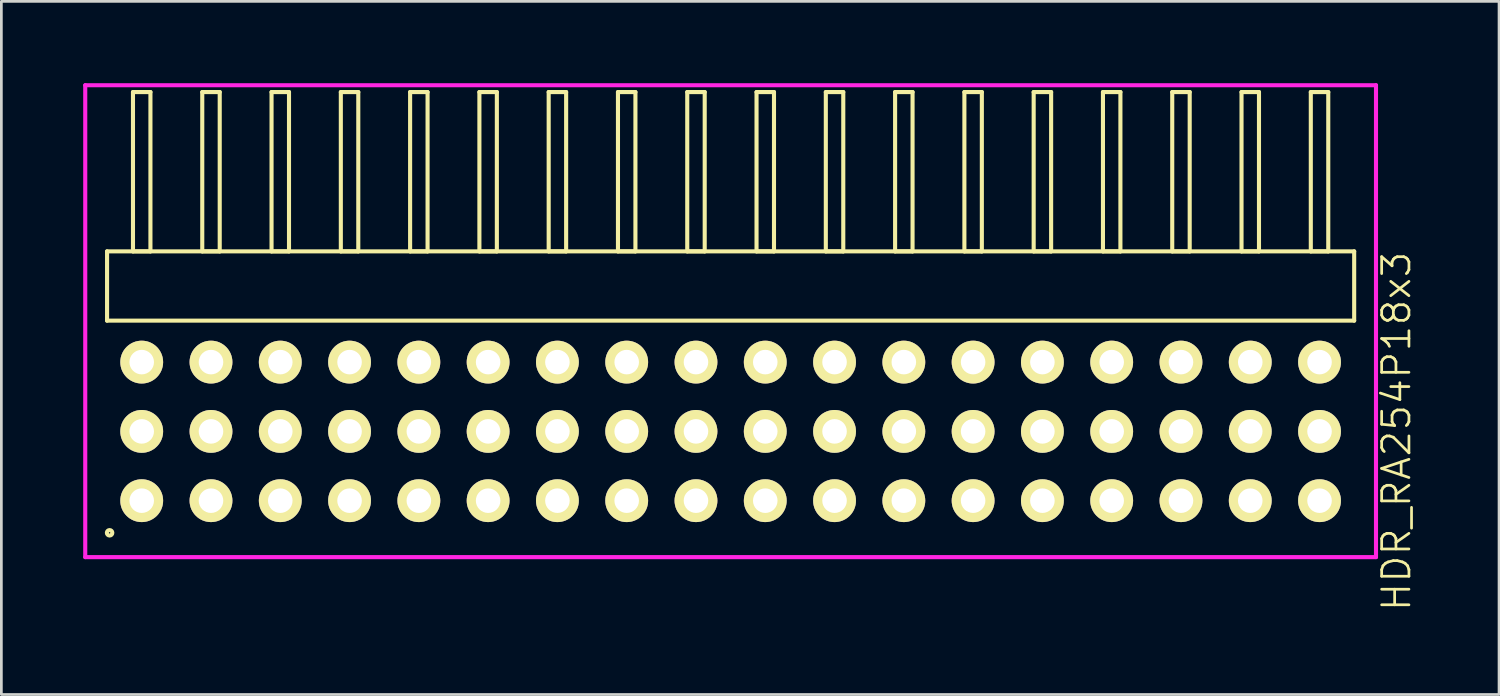
<source format=kicad_pcb>
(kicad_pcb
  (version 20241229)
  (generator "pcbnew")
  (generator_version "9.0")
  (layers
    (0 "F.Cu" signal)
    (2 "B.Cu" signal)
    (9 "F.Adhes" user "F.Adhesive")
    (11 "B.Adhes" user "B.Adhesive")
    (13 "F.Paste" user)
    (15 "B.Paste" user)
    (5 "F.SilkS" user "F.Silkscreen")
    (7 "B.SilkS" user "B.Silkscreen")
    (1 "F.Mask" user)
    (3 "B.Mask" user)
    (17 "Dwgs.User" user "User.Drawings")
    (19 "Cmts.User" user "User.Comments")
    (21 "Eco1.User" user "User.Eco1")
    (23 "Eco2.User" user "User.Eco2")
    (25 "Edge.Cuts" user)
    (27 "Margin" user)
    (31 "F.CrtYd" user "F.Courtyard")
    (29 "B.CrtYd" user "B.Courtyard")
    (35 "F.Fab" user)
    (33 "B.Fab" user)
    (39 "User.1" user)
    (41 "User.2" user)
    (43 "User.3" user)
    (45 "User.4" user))
  (footprint "HDR_RA254P18x3"
    (layer "F.Cu")
    (at 23.735 12.765)
    (property "Reference" "HDR_RA254P18x3" (at 24.41 0 90) (layer "F.SilkS") (effects (font (size 1 1) (thickness 0.1))))
    (attr through_hole)
    (fp_line (start -22.86 -6.6) (end -22.86 -4.06) (stroke (width 0.15) (type solid)) (layer "F.SilkS"))
    (fp_line (start -22.86 -4.06) (end 22.86 -4.06) (stroke (width 0.15) (type solid)) (layer "F.SilkS"))
    (fp_line (start -21.91 -12.44) (end -21.91 -6.6) (stroke (width 0.15) (type solid)) (layer "F.SilkS"))
    (fp_line (start -21.91 -6.6) (end -21.27 -6.6) (stroke (width 0.15) (type solid)) (layer "F.SilkS"))
    (fp_line (start -21.27 -12.44) (end -21.91 -12.44) (stroke (width 0.15) (type solid)) (layer "F.SilkS"))
    (fp_line (start -21.27 -6.6) (end -21.27 -12.44) (stroke (width 0.15) (type solid)) (layer "F.SilkS"))
    (fp_line (start -19.37 -12.44) (end -19.37 -6.6) (stroke (width 0.15) (type solid)) (layer "F.SilkS"))
    (fp_line (start -19.37 -6.6) (end -18.73 -6.6) (stroke (width 0.15) (type solid)) (layer "F.SilkS"))
    (fp_line (start -18.73 -12.44) (end -19.37 -12.44) (stroke (width 0.15) (type solid)) (layer "F.SilkS"))
    (fp_line (start -18.73 -6.6) (end -18.73 -12.44) (stroke (width 0.15) (type solid)) (layer "F.SilkS"))
    (fp_line (start -16.83 -12.44) (end -16.83 -6.6) (stroke (width 0.15) (type solid)) (layer "F.SilkS"))
    (fp_line (start -16.83 -6.6) (end -16.19 -6.6) (stroke (width 0.15) (type solid)) (layer "F.SilkS"))
    (fp_line (start -16.19 -12.44) (end -16.83 -12.44) (stroke (width 0.15) (type solid)) (layer "F.SilkS"))
    (fp_line (start -16.19 -6.6) (end -16.19 -12.44) (stroke (width 0.15) (type solid)) (layer "F.SilkS"))
    (fp_line (start -14.29 -12.44) (end -14.29 -6.6) (stroke (width 0.15) (type solid)) (layer "F.SilkS"))
    (fp_line (start -14.29 -6.6) (end -13.65 -6.6) (stroke (width 0.15) (type solid)) (layer "F.SilkS"))
    (fp_line (start -13.65 -12.44) (end -14.29 -12.44) (stroke (width 0.15) (type solid)) (layer "F.SilkS"))
    (fp_line (start -13.65 -6.6) (end -13.65 -12.44) (stroke (width 0.15) (type solid)) (layer "F.SilkS"))
    (fp_line (start -11.75 -12.44) (end -11.75 -6.6) (stroke (width 0.15) (type solid)) (layer "F.SilkS"))
    (fp_line (start -11.75 -6.6) (end -11.11 -6.6) (stroke (width 0.15) (type solid)) (layer "F.SilkS"))
    (fp_line (start -11.11 -12.44) (end -11.75 -12.44) (stroke (width 0.15) (type solid)) (layer "F.SilkS"))
    (fp_line (start -11.11 -6.6) (end -11.11 -12.44) (stroke (width 0.15) (type solid)) (layer "F.SilkS"))
    (fp_line (start -9.21 -12.44) (end -9.21 -6.6) (stroke (width 0.15) (type solid)) (layer "F.SilkS"))
    (fp_line (start -9.21 -6.6) (end -8.57 -6.6) (stroke (width 0.15) (type solid)) (layer "F.SilkS"))
    (fp_line (start -8.57 -12.44) (end -9.21 -12.44) (stroke (width 0.15) (type solid)) (layer "F.SilkS"))
    (fp_line (start -8.57 -6.6) (end -8.57 -12.44) (stroke (width 0.15) (type solid)) (layer "F.SilkS"))
    (fp_line (start -6.67 -12.44) (end -6.67 -6.6) (stroke (width 0.15) (type solid)) (layer "F.SilkS"))
    (fp_line (start -6.67 -6.6) (end -6.03 -6.6) (stroke (width 0.15) (type solid)) (layer "F.SilkS"))
    (fp_line (start -6.03 -12.44) (end -6.67 -12.44) (stroke (width 0.15) (type solid)) (layer "F.SilkS"))
    (fp_line (start -6.03 -6.6) (end -6.03 -12.44) (stroke (width 0.15) (type solid)) (layer "F.SilkS"))
    (fp_line (start -4.13 -12.44) (end -4.13 -6.6) (stroke (width 0.15) (type solid)) (layer "F.SilkS"))
    (fp_line (start -4.13 -6.6) (end -3.49 -6.6) (stroke (width 0.15) (type solid)) (layer "F.SilkS"))
    (fp_line (start -3.49 -12.44) (end -4.13 -12.44) (stroke (width 0.15) (type solid)) (layer "F.SilkS"))
    (fp_line (start -3.49 -6.6) (end -3.49 -12.44) (stroke (width 0.15) (type solid)) (layer "F.SilkS"))
    (fp_line (start -1.59 -12.44) (end -1.59 -6.6) (stroke (width 0.15) (type solid)) (layer "F.SilkS"))
    (fp_line (start -1.59 -6.6) (end -0.95 -6.6) (stroke (width 0.15) (type solid)) (layer "F.SilkS"))
    (fp_line (start -0.95 -12.44) (end -1.59 -12.44) (stroke (width 0.15) (type solid)) (layer "F.SilkS"))
    (fp_line (start -0.95 -6.6) (end -0.95 -12.44) (stroke (width 0.15) (type solid)) (layer "F.SilkS"))
    (fp_line (start 0.95 -12.44) (end 0.95 -6.6) (stroke (width 0.15) (type solid)) (layer "F.SilkS"))
    (fp_line (start 0.95 -6.6) (end 1.59 -6.6) (stroke (width 0.15) (type solid)) (layer "F.SilkS"))
    (fp_line (start 1.59 -12.44) (end 0.95 -12.44) (stroke (width 0.15) (type solid)) (layer "F.SilkS"))
    (fp_line (start 1.59 -6.6) (end 1.59 -12.44) (stroke (width 0.15) (type solid)) (layer "F.SilkS"))
    (fp_line (start 3.49 -12.44) (end 3.49 -6.6) (stroke (width 0.15) (type solid)) (layer "F.SilkS"))
    (fp_line (start 3.49 -6.6) (end 4.13 -6.6) (stroke (width 0.15) (type solid)) (layer "F.SilkS"))
    (fp_line (start 4.13 -12.44) (end 3.49 -12.44) (stroke (width 0.15) (type solid)) (layer "F.SilkS"))
    (fp_line (start 4.13 -6.6) (end 4.13 -12.44) (stroke (width 0.15) (type solid)) (layer "F.SilkS"))
    (fp_line (start 6.03 -12.44) (end 6.03 -6.6) (stroke (width 0.15) (type solid)) (layer "F.SilkS"))
    (fp_line (start 6.03 -6.6) (end 6.67 -6.6) (stroke (width 0.15) (type solid)) (layer "F.SilkS"))
    (fp_line (start 6.67 -12.44) (end 6.03 -12.44) (stroke (width 0.15) (type solid)) (layer "F.SilkS"))
    (fp_line (start 6.67 -6.6) (end 6.67 -12.44) (stroke (width 0.15) (type solid)) (layer "F.SilkS"))
    (fp_line (start 8.57 -12.44) (end 8.57 -6.6) (stroke (width 0.15) (type solid)) (layer "F.SilkS"))
    (fp_line (start 8.57 -6.6) (end 9.21 -6.6) (stroke (width 0.15) (type solid)) (layer "F.SilkS"))
    (fp_line (start 9.21 -12.44) (end 8.57 -12.44) (stroke (width 0.15) (type solid)) (layer "F.SilkS"))
    (fp_line (start 9.21 -6.6) (end 9.21 -12.44) (stroke (width 0.15) (type solid)) (layer "F.SilkS"))
    (fp_line (start 11.11 -12.44) (end 11.11 -6.6) (stroke (width 0.15) (type solid)) (layer "F.SilkS"))
    (fp_line (start 11.11 -6.6) (end 11.75 -6.6) (stroke (width 0.15) (type solid)) (layer "F.SilkS"))
    (fp_line (start 11.75 -12.44) (end 11.11 -12.44) (stroke (width 0.15) (type solid)) (layer "F.SilkS"))
    (fp_line (start 11.75 -6.6) (end 11.75 -12.44) (stroke (width 0.15) (type solid)) (layer "F.SilkS"))
    (fp_line (start 13.65 -12.44) (end 13.65 -6.6) (stroke (width 0.15) (type solid)) (layer "F.SilkS"))
    (fp_line (start 13.65 -6.6) (end 14.29 -6.6) (stroke (width 0.15) (type solid)) (layer "F.SilkS"))
    (fp_line (start 14.29 -12.44) (end 13.65 -12.44) (stroke (width 0.15) (type solid)) (layer "F.SilkS"))
    (fp_line (start 14.29 -6.6) (end 14.29 -12.44) (stroke (width 0.15) (type solid)) (layer "F.SilkS"))
    (fp_line (start 16.19 -12.44) (end 16.19 -6.6) (stroke (width 0.15) (type solid)) (layer "F.SilkS"))
    (fp_line (start 16.19 -6.6) (end 16.83 -6.6) (stroke (width 0.15) (type solid)) (layer "F.SilkS"))
    (fp_line (start 16.83 -12.44) (end 16.19 -12.44) (stroke (width 0.15) (type solid)) (layer "F.SilkS"))
    (fp_line (start 16.83 -6.6) (end 16.83 -12.44) (stroke (width 0.15) (type solid)) (layer "F.SilkS"))
    (fp_line (start 18.73 -12.44) (end 18.73 -6.6) (stroke (width 0.15) (type solid)) (layer "F.SilkS"))
    (fp_line (start 18.73 -6.6) (end 19.37 -6.6) (stroke (width 0.15) (type solid)) (layer "F.SilkS"))
    (fp_line (start 19.37 -12.44) (end 18.73 -12.44) (stroke (width 0.15) (type solid)) (layer "F.SilkS"))
    (fp_line (start 19.37 -6.6) (end 19.37 -12.44) (stroke (width 0.15) (type solid)) (layer "F.SilkS"))
    (fp_line (start 21.27 -12.44) (end 21.27 -6.6) (stroke (width 0.15) (type solid)) (layer "F.SilkS"))
    (fp_line (start 21.27 -6.6) (end 21.91 -6.6) (stroke (width 0.15) (type solid)) (layer "F.SilkS"))
    (fp_line (start 21.91 -12.44) (end 21.27 -12.44) (stroke (width 0.15) (type solid)) (layer "F.SilkS"))
    (fp_line (start 21.91 -6.6) (end 21.91 -12.44) (stroke (width 0.15) (type solid)) (layer "F.SilkS"))
    (fp_line (start 22.86 -6.6) (end -22.86 -6.6) (stroke (width 0.15) (type solid)) (layer "F.SilkS"))
    (fp_line (start 22.86 -4.06) (end 22.86 -6.6) (stroke (width 0.15) (type solid)) (layer "F.SilkS"))
    (fp_circle (center -22.767 3.718) (end -22.667 3.718) (stroke (width 0.15) (type solid)) (fill no) (layer "F.SilkS"))
    (fp_line (start -23.66 -12.69) (end -23.66 4.61) (stroke (width 0.15) (type solid)) (layer "F.CrtYd"))
    (fp_line (start -23.66 4.61) (end 23.66 4.61) (stroke (width 0.15) (type solid)) (layer "F.CrtYd"))
    (fp_line (start 23.66 -12.69) (end -23.66 -12.69) (stroke (width 0.15) (type solid)) (layer "F.CrtYd"))
    (fp_line (start 23.66 4.61) (end 23.66 -12.69) (stroke (width 0.15) (type solid)) (layer "F.CrtYd"))
    (pad "1" thru_hole oval (at -21.59 2.54) (size 1.57 1.57) (drill 0.9) (layers "*.Cu" "*.Mask" "F.SilkS"))
    (pad "2" thru_hole oval (at -21.59 0) (size 1.57 1.57) (drill 0.9) (layers "*.Cu" "*.Mask" "F.SilkS"))
    (pad "3" thru_hole oval (at -21.59 -2.54) (size 1.57 1.57) (drill 0.9) (layers "*.Cu" "*.Mask" "F.SilkS"))
    (pad "4" thru_hole oval (at -19.05 2.54) (size 1.57 1.57) (drill 0.9) (layers "*.Cu" "*.Mask" "F.SilkS"))
    (pad "5" thru_hole oval (at -19.05 0) (size 1.57 1.57) (drill 0.9) (layers "*.Cu" "*.Mask" "F.SilkS"))
    (pad "6" thru_hole oval (at -19.05 -2.54) (size 1.57 1.57) (drill 0.9) (layers "*.Cu" "*.Mask" "F.SilkS"))
    (pad "7" thru_hole oval (at -16.51 2.54) (size 1.57 1.57) (drill 0.9) (layers "*.Cu" "*.Mask" "F.SilkS"))
    (pad "8" thru_hole oval (at -16.51 0) (size 1.57 1.57) (drill 0.9) (layers "*.Cu" "*.Mask" "F.SilkS"))
    (pad "9" thru_hole oval (at -16.51 -2.54) (size 1.57 1.57) (drill 0.9) (layers "*.Cu" "*.Mask" "F.SilkS"))
    (pad "10" thru_hole oval (at -13.97 2.54) (size 1.57 1.57) (drill 0.9) (layers "*.Cu" "*.Mask" "F.SilkS"))
    (pad "11" thru_hole oval (at -13.97 0) (size 1.57 1.57) (drill 0.9) (layers "*.Cu" "*.Mask" "F.SilkS"))
    (pad "12" thru_hole oval (at -13.97 -2.54) (size 1.57 1.57) (drill 0.9) (layers "*.Cu" "*.Mask" "F.SilkS"))
    (pad "13" thru_hole oval (at -11.43 2.54) (size 1.57 1.57) (drill 0.9) (layers "*.Cu" "*.Mask" "F.SilkS"))
    (pad "14" thru_hole oval (at -11.43 0) (size 1.57 1.57) (drill 0.9) (layers "*.Cu" "*.Mask" "F.SilkS"))
    (pad "15" thru_hole oval (at -11.43 -2.54) (size 1.57 1.57) (drill 0.9) (layers "*.Cu" "*.Mask" "F.SilkS"))
    (pad "16" thru_hole oval (at -8.89 2.54) (size 1.57 1.57) (drill 0.9) (layers "*.Cu" "*.Mask" "F.SilkS"))
    (pad "17" thru_hole oval (at -8.89 0) (size 1.57 1.57) (drill 0.9) (layers "*.Cu" "*.Mask" "F.SilkS"))
    (pad "18" thru_hole oval (at -8.89 -2.54) (size 1.57 1.57) (drill 0.9) (layers "*.Cu" "*.Mask" "F.SilkS"))
    (pad "19" thru_hole oval (at -6.35 2.54) (size 1.57 1.57) (drill 0.9) (layers "*.Cu" "*.Mask" "F.SilkS"))
    (pad "20" thru_hole oval (at -6.35 0) (size 1.57 1.57) (drill 0.9) (layers "*.Cu" "*.Mask" "F.SilkS"))
    (pad "21" thru_hole oval (at -6.35 -2.54) (size 1.57 1.57) (drill 0.9) (layers "*.Cu" "*.Mask" "F.SilkS"))
    (pad "22" thru_hole oval (at -3.81 2.54) (size 1.57 1.57) (drill 0.9) (layers "*.Cu" "*.Mask" "F.SilkS"))
    (pad "23" thru_hole oval (at -3.81 0) (size 1.57 1.57) (drill 0.9) (layers "*.Cu" "*.Mask" "F.SilkS"))
    (pad "24" thru_hole oval (at -3.81 -2.54) (size 1.57 1.57) (drill 0.9) (layers "*.Cu" "*.Mask" "F.SilkS"))
    (pad "25" thru_hole oval (at -1.27 2.54) (size 1.57 1.57) (drill 0.9) (layers "*.Cu" "*.Mask" "F.SilkS"))
    (pad "26" thru_hole oval (at -1.27 0) (size 1.57 1.57) (drill 0.9) (layers "*.Cu" "*.Mask" "F.SilkS"))
    (pad "27" thru_hole oval (at -1.27 -2.54) (size 1.57 1.57) (drill 0.9) (layers "*.Cu" "*.Mask" "F.SilkS"))
    (pad "28" thru_hole oval (at 1.27 2.54) (size 1.57 1.57) (drill 0.9) (layers "*.Cu" "*.Mask" "F.SilkS"))
    (pad "29" thru_hole oval (at 1.27 0) (size 1.57 1.57) (drill 0.9) (layers "*.Cu" "*.Mask" "F.SilkS"))
    (pad "30" thru_hole oval (at 1.27 -2.54) (size 1.57 1.57) (drill 0.9) (layers "*.Cu" "*.Mask" "F.SilkS"))
    (pad "31" thru_hole oval (at 3.81 2.54) (size 1.57 1.57) (drill 0.9) (layers "*.Cu" "*.Mask" "F.SilkS"))
    (pad "32" thru_hole oval (at 3.81 0) (size 1.57 1.57) (drill 0.9) (layers "*.Cu" "*.Mask" "F.SilkS"))
    (pad "33" thru_hole oval (at 3.81 -2.54) (size 1.57 1.57) (drill 0.9) (layers "*.Cu" "*.Mask" "F.SilkS"))
    (pad "34" thru_hole oval (at 6.35 2.54) (size 1.57 1.57) (drill 0.9) (layers "*.Cu" "*.Mask" "F.SilkS"))
    (pad "35" thru_hole oval (at 6.35 0) (size 1.57 1.57) (drill 0.9) (layers "*.Cu" "*.Mask" "F.SilkS"))
    (pad "36" thru_hole oval (at 6.35 -2.54) (size 1.57 1.57) (drill 0.9) (layers "*.Cu" "*.Mask" "F.SilkS"))
    (pad "37" thru_hole oval (at 8.89 2.54) (size 1.57 1.57) (drill 0.9) (layers "*.Cu" "*.Mask" "F.SilkS"))
    (pad "38" thru_hole oval (at 8.89 0) (size 1.57 1.57) (drill 0.9) (layers "*.Cu" "*.Mask" "F.SilkS"))
    (pad "39" thru_hole oval (at 8.89 -2.54) (size 1.57 1.57) (drill 0.9) (layers "*.Cu" "*.Mask" "F.SilkS"))
    (pad "40" thru_hole oval (at 11.43 2.54) (size 1.57 1.57) (drill 0.9) (layers "*.Cu" "*.Mask" "F.SilkS"))
    (pad "41" thru_hole oval (at 11.43 0) (size 1.57 1.57) (drill 0.9) (layers "*.Cu" "*.Mask" "F.SilkS"))
    (pad "42" thru_hole oval (at 11.43 -2.54) (size 1.57 1.57) (drill 0.9) (layers "*.Cu" "*.Mask" "F.SilkS"))
    (pad "43" thru_hole oval (at 13.97 2.54) (size 1.57 1.57) (drill 0.9) (layers "*.Cu" "*.Mask" "F.SilkS"))
    (pad "44" thru_hole oval (at 13.97 0) (size 1.57 1.57) (drill 0.9) (layers "*.Cu" "*.Mask" "F.SilkS"))
    (pad "45" thru_hole oval (at 13.97 -2.54) (size 1.57 1.57) (drill 0.9) (layers "*.Cu" "*.Mask" "F.SilkS"))
    (pad "46" thru_hole oval (at 16.51 2.54) (size 1.57 1.57) (drill 0.9) (layers "*.Cu" "*.Mask" "F.SilkS"))
    (pad "47" thru_hole oval (at 16.51 0) (size 1.57 1.57) (drill 0.9) (layers "*.Cu" "*.Mask" "F.SilkS"))
    (pad "48" thru_hole oval (at 16.51 -2.54) (size 1.57 1.57) (drill 0.9) (layers "*.Cu" "*.Mask" "F.SilkS"))
    (pad "49" thru_hole oval (at 19.05 2.54) (size 1.57 1.57) (drill 0.9) (layers "*.Cu" "*.Mask" "F.SilkS"))
    (pad "50" thru_hole oval (at 19.05 0) (size 1.57 1.57) (drill 0.9) (layers "*.Cu" "*.Mask" "F.SilkS"))
    (pad "51" thru_hole oval (at 19.05 -2.54) (size 1.57 1.57) (drill 0.9) (layers "*.Cu" "*.Mask" "F.SilkS"))
    (pad "52" thru_hole oval (at 21.59 2.54) (size 1.57 1.57) (drill 0.9) (layers "*.Cu" "*.Mask" "F.SilkS"))
    (pad "53" thru_hole oval (at 21.59 0) (size 1.57 1.57) (drill 0.9) (layers "*.Cu" "*.Mask" "F.SilkS"))
    (pad "54" thru_hole oval (at 21.59 -2.54) (size 1.57 1.57) (drill 0.9) (layers "*.Cu" "*.Mask" "F.SilkS")))
  (gr_rect
    (start -3 -3)
    (end 51.906 22.41)
    (stroke (width 0.1) (type default))
    (fill no)
    (layer "Edge.Cuts")))
</source>
